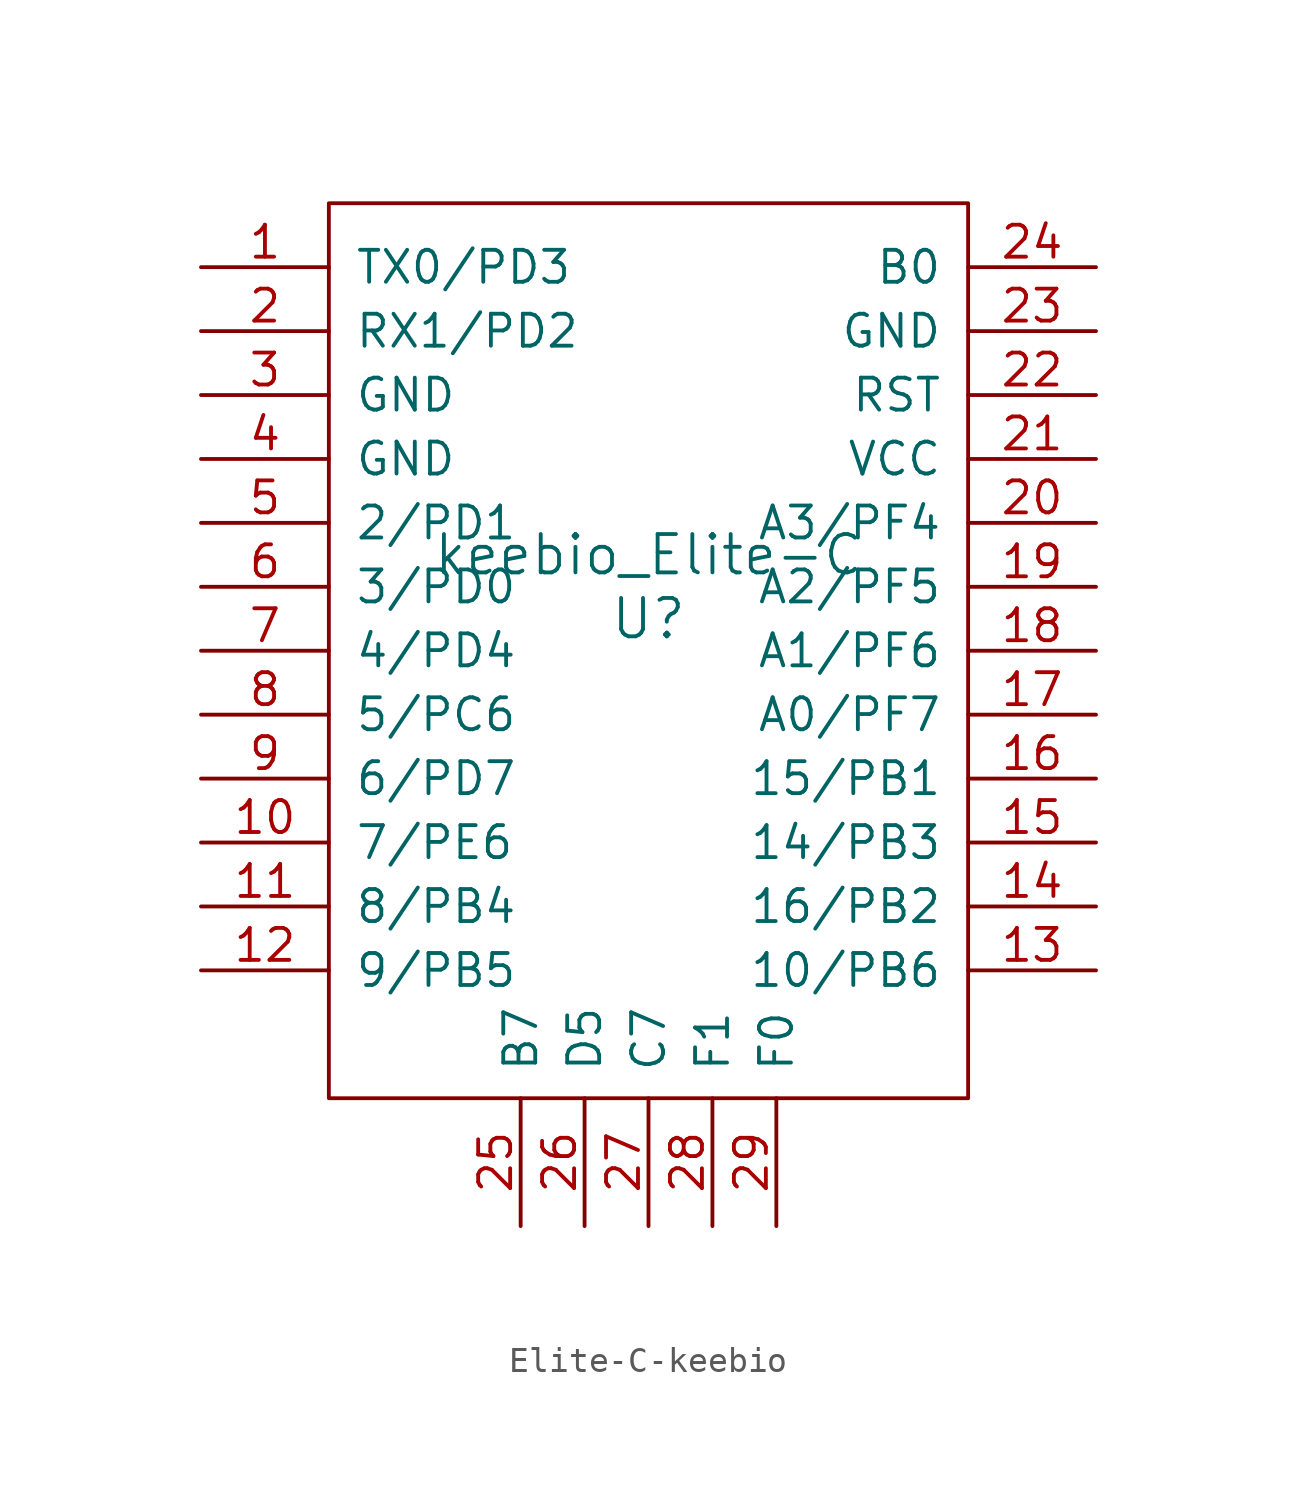
<source format=kicad_sym>
(kicad_symbol_lib
  (version 20220914)
  (generator kicad_symbol_editor)
  (symbol "Elite-C-keebio"
    (pin_names
      (offset 1.016))
    (property "Reference" "U"
      (at 0 0 0)
      (effects (font (size 1.524 1.524))))
    (property "Value" "keebio_Elite-C"
      (at 0 2.54 0)
      (effects (font (size 1.524 1.524))))
    (symbol "Elite-C-keebio_0_1"
      (rectangle (start 12.7 -19.05) (end -12.7 16.51) (stroke (width 0) (type solid)) (fill (type none))))
    (symbol "Elite-C-keebio_1_1"
      (pin input line (at -17.78 13.97 0) (length 5.08) (name "TX0/PD3" (effects (font (size 1.27 1.27)))) (number "1" (effects (font (size 1.27 1.27)))))
      (pin input line (at -17.78 -8.89 0) (length 5.08) (name "7/PE6" (effects (font (size 1.27 1.27)))) (number "10" (effects (font (size 1.27 1.27)))))
      (pin input line (at -17.78 -11.43 0) (length 5.08) (name "8/PB4" (effects (font (size 1.27 1.27)))) (number "11" (effects (font (size 1.27 1.27)))))
      (pin input line (at -17.78 -13.97 0) (length 5.08) (name "9/PB5" (effects (font (size 1.27 1.27)))) (number "12" (effects (font (size 1.27 1.27)))))
      (pin input line (at 17.78 -13.97 180) (length 5.08) (name "10/PB6" (effects (font (size 1.27 1.27)))) (number "13" (effects (font (size 1.27 1.27)))))
      (pin input line (at 17.78 -11.43 180) (length 5.08) (name "16/PB2" (effects (font (size 1.27 1.27)))) (number "14" (effects (font (size 1.27 1.27)))))
      (pin input line (at 17.78 -8.89 180) (length 5.08) (name "14/PB3" (effects (font (size 1.27 1.27)))) (number "15" (effects (font (size 1.27 1.27)))))
      (pin input line (at 17.78 -6.35 180) (length 5.08) (name "15/PB1" (effects (font (size 1.27 1.27)))) (number "16" (effects (font (size 1.27 1.27)))))
      (pin input line (at 17.78 -3.81 180) (length 5.08) (name "A0/PF7" (effects (font (size 1.27 1.27)))) (number "17" (effects (font (size 1.27 1.27)))))
      (pin input line (at 17.78 -1.27 180) (length 5.08) (name "A1/PF6" (effects (font (size 1.27 1.27)))) (number "18" (effects (font (size 1.27 1.27)))))
      (pin input line (at 17.78 1.27 180) (length 5.08) (name "A2/PF5" (effects (font (size 1.27 1.27)))) (number "19" (effects (font (size 1.27 1.27)))))
      (pin input line (at -17.78 11.43 0) (length 5.08) (name "RX1/PD2" (effects (font (size 1.27 1.27)))) (number "2" (effects (font (size 1.27 1.27)))))
      (pin input line (at 17.78 3.81 180) (length 5.08) (name "A3/PF4" (effects (font (size 1.27 1.27)))) (number "20" (effects (font (size 1.27 1.27)))))
      (pin input line (at 17.78 6.35 180) (length 5.08) (name "VCC" (effects (font (size 1.27 1.27)))) (number "21" (effects (font (size 1.27 1.27)))))
      (pin input line (at 17.78 8.89 180) (length 5.08) (name "RST" (effects (font (size 1.27 1.27)))) (number "22" (effects (font (size 1.27 1.27)))))
      (pin input line (at 17.78 11.43 180) (length 5.08) (name "GND" (effects (font (size 1.27 1.27)))) (number "23" (effects (font (size 1.27 1.27)))))
      (pin input line (at 17.78 13.97 180) (length 5.08) (name "B0" (effects (font (size 1.27 1.27)))) (number "24" (effects (font (size 1.27 1.27)))))
      (pin input line (at -5.08 -24.13 90) (length 5.08) (name "B7" (effects (font (size 1.27 1.27)))) (number "25" (effects (font (size 1.27 1.27)))))
      (pin input line (at -2.54 -24.13 90) (length 5.08) (name "D5" (effects (font (size 1.27 1.27)))) (number "26" (effects (font (size 1.27 1.27)))))
      (pin input line (at 0 -24.13 90) (length 5.08) (name "C7" (effects (font (size 1.27 1.27)))) (number "27" (effects (font (size 1.27 1.27)))))
      (pin input line (at 2.54 -24.13 90) (length 5.08) (name "F1" (effects (font (size 1.27 1.27)))) (number "28" (effects (font (size 1.27 1.27)))))
      (pin input line (at 5.08 -24.13 90) (length 5.08) (name "F0" (effects (font (size 1.27 1.27)))) (number "29" (effects (font (size 1.27 1.27)))))
      (pin input line (at -17.78 8.89 0) (length 5.08) (name "GND" (effects (font (size 1.27 1.27)))) (number "3" (effects (font (size 1.27 1.27)))))
      (pin input line (at -17.78 6.35 0) (length 5.08) (name "GND" (effects (font (size 1.27 1.27)))) (number "4" (effects (font (size 1.27 1.27)))))
      (pin input line (at -17.78 3.81 0) (length 5.08) (name "2/PD1" (effects (font (size 1.27 1.27)))) (number "5" (effects (font (size 1.27 1.27)))))
      (pin input line (at -17.78 1.27 0) (length 5.08) (name "3/PD0" (effects (font (size 1.27 1.27)))) (number "6" (effects (font (size 1.27 1.27)))))
      (pin input line (at -17.78 -1.27 0) (length 5.08) (name "4/PD4" (effects (font (size 1.27 1.27)))) (number "7" (effects (font (size 1.27 1.27)))))
      (pin input line (at -17.78 -3.81 0) (length 5.08) (name "5/PC6" (effects (font (size 1.27 1.27)))) (number "8" (effects (font (size 1.27 1.27)))))
      (pin input line (at -17.78 -6.35 0) (length 5.08) (name "6/PD7" (effects (font (size 1.27 1.27)))) (number "9" (effects (font (size 1.27 1.27))))))))
</source>
